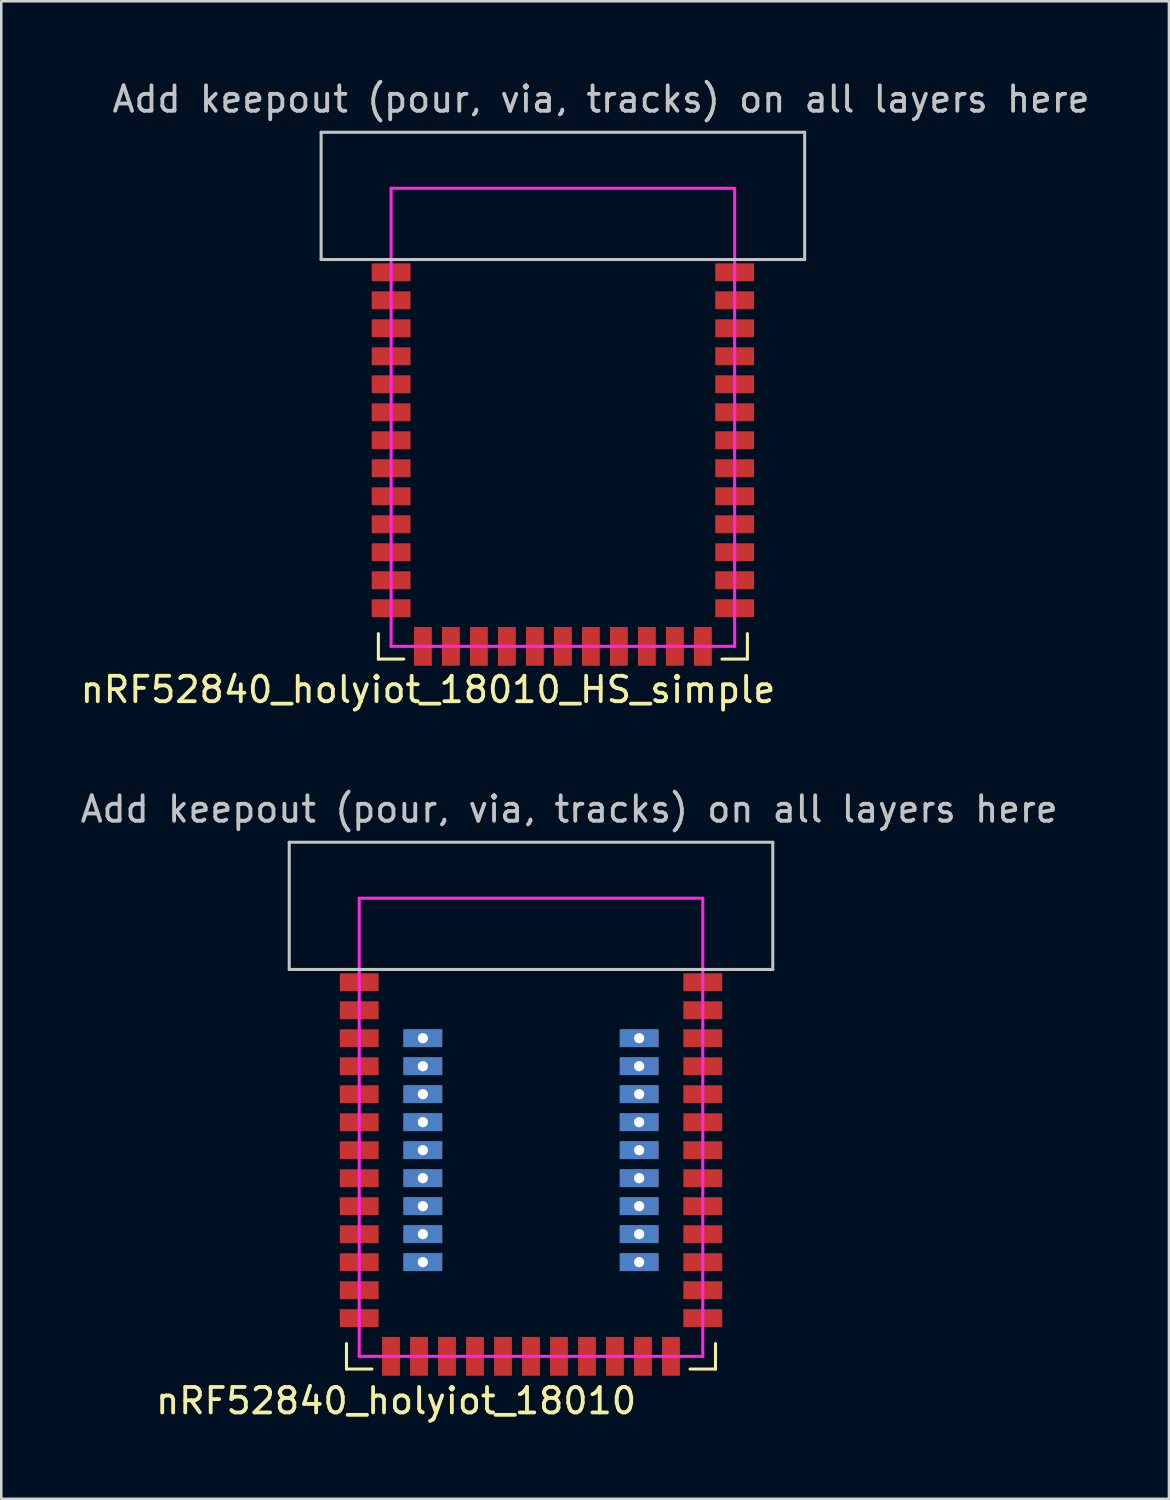
<source format=kicad_pcb>
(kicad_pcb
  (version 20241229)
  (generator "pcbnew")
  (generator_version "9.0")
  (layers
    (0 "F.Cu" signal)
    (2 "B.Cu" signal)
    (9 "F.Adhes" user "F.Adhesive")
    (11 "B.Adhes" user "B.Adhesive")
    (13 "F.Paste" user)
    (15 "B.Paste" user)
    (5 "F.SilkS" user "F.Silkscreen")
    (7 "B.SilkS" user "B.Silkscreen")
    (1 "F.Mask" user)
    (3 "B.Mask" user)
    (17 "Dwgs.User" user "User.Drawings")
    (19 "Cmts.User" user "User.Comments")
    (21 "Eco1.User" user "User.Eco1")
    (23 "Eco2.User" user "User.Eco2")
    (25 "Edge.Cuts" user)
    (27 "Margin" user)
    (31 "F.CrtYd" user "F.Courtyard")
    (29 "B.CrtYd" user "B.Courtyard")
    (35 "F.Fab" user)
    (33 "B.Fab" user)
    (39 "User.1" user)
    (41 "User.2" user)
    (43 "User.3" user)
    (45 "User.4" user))
  (footprint "nRF52840_holyiot_18010_HS_simple"
    (layer "F.Cu")
    (at 19.068 13.348)
    (property "Reference" "nRF52840_holyiot_18010_HS_simple" (at -5.3 10.7 0) (layer "F.SilkS") (effects (font (size 1 1) (thickness 0.15))))
    (attr through_hole)
    (fp_line (start -7.25 8.5) (end -7.25 9.5) (stroke (width 0.12) (type solid)) (layer "F.SilkS"))
    (fp_line (start -6.25 9.5) (end -7.25 9.5) (stroke (width 0.12) (type solid)) (layer "F.SilkS"))
    (fp_line (start 6.25 9.5) (end 7.25 9.5) (stroke (width 0.12) (type solid)) (layer "F.SilkS"))
    (fp_line (start 7.25 8.5) (end 7.25 9.5) (stroke (width 0.12) (type solid)) (layer "F.SilkS"))
    (fp_line (start -9.5 -11.2) (end 9.5 -11.2) (stroke (width 0.12) (type solid)) (layer "Dwgs.User"))
    (fp_line (start -9.5 -6.2) (end -9.5 -11.2) (stroke (width 0.12) (type solid)) (layer "Dwgs.User"))
    (fp_line (start 9.5 -11.2) (end 9.5 -6.2) (stroke (width 0.12) (type solid)) (layer "Dwgs.User"))
    (fp_line (start 9.5 -6.2) (end -9.5 -6.2) (stroke (width 0.12) (type solid)) (layer "Dwgs.User"))
    (fp_line (start -6.75 -9) (end 6.75 -9) (stroke (width 0.12) (type solid)) (layer "F.CrtYd"))
    (fp_line (start -6.75 9) (end -6.75 -9) (stroke (width 0.12) (type solid)) (layer "F.CrtYd"))
    (fp_line (start 6.75 -9) (end 6.75 9) (stroke (width 0.12) (type solid)) (layer "F.CrtYd"))
    (fp_line (start 6.75 9) (end -6.75 9) (stroke (width 0.12) (type solid)) (layer "F.CrtYd"))
    (fp_text user "Add keepout (pour, via, tracks) on all layers here" (at 1.5 -12.5 0) (layer "Dwgs.User") (effects (font (size 1 1) (thickness 0.15))))
    (pad "1" smd rect (at -6.75 -5.7) (size 1.524 0.7) (layers "F.Cu" "F.Mask" "F.Paste"))
    (pad "2" smd rect (at -6.75 -4.6) (size 1.524 0.7) (layers "F.Cu" "F.Mask" "F.Paste"))
    (pad "3" smd rect (at -6.75 -3.5) (size 1.524 0.7) (layers "F.Cu" "F.Mask" "F.Paste"))
    (pad "4" smd rect (at -6.75 -2.4) (size 1.524 0.7) (layers "F.Cu" "F.Mask" "F.Paste"))
    (pad "5" smd rect (at -6.75 -1.3) (size 1.524 0.7) (layers "F.Cu" "F.Mask" "F.Paste"))
    (pad "6" smd rect (at -6.75 -0.2) (size 1.524 0.7) (layers "F.Cu" "F.Mask" "F.Paste"))
    (pad "7" smd rect (at -6.75 0.9) (size 1.524 0.7) (layers "F.Cu" "F.Mask" "F.Paste"))
    (pad "8" smd rect (at -6.75 2) (size 1.524 0.7) (layers "F.Cu" "F.Mask" "F.Paste"))
    (pad "9" smd rect (at -6.75 3.1) (size 1.524 0.7) (layers "F.Cu" "F.Mask" "F.Paste"))
    (pad "10" smd rect (at -6.75 4.2) (size 1.524 0.7) (layers "F.Cu" "F.Mask" "F.Paste"))
    (pad "11" smd rect (at -6.75 5.3) (size 1.524 0.7) (layers "F.Cu" "F.Mask" "F.Paste"))
    (pad "12" smd rect (at -6.75 6.4) (size 1.524 0.7) (layers "F.Cu" "F.Mask" "F.Paste"))
    (pad "13" smd rect (at -6.75 7.5) (size 1.524 0.7) (layers "F.Cu" "F.Mask" "F.Paste"))
    (pad "14" smd rect (at -5.5 9 90) (size 1.524 0.7) (layers "F.Cu" "F.Mask" "F.Paste"))
    (pad "15" smd rect (at -4.4 9 90) (size 1.524 0.7) (layers "F.Cu" "F.Mask" "F.Paste"))
    (pad "16" smd rect (at -3.3 9 90) (size 1.524 0.7) (layers "F.Cu" "F.Mask" "F.Paste"))
    (pad "17" smd rect (at -2.2 9 90) (size 1.524 0.7) (layers "F.Cu" "F.Mask" "F.Paste"))
    (pad "18" smd rect (at -1.1 9 90) (size 1.524 0.7) (layers "F.Cu" "F.Mask" "F.Paste"))
    (pad "19" smd rect (at 0 9 90) (size 1.524 0.7) (layers "F.Cu" "F.Mask" "F.Paste"))
    (pad "20" smd rect (at 1.1 9 90) (size 1.524 0.7) (layers "F.Cu" "F.Mask" "F.Paste"))
    (pad "21" smd rect (at 2.2 9 90) (size 1.524 0.7) (layers "F.Cu" "F.Mask" "F.Paste"))
    (pad "22" smd rect (at 3.3 9 90) (size 1.524 0.7) (layers "F.Cu" "F.Mask" "F.Paste"))
    (pad "23" smd rect (at 4.4 9 90) (size 1.524 0.7) (layers "F.Cu" "F.Mask" "F.Paste"))
    (pad "24" smd rect (at 5.5 9 90) (size 1.524 0.7) (layers "F.Cu" "F.Mask" "F.Paste"))
    (pad "25" smd rect (at 6.75 7.5 180) (size 1.524 0.7) (layers "F.Cu" "F.Mask" "F.Paste"))
    (pad "26" smd rect (at 6.75 6.4 180) (size 1.524 0.7) (layers "F.Cu" "F.Mask" "F.Paste"))
    (pad "27" smd rect (at 6.75 5.3 180) (size 1.524 0.7) (layers "F.Cu" "F.Mask" "F.Paste"))
    (pad "28" smd rect (at 6.75 4.2 180) (size 1.524 0.7) (layers "F.Cu" "F.Mask" "F.Paste"))
    (pad "29" smd rect (at 6.75 3.1 180) (size 1.524 0.7) (layers "F.Cu" "F.Mask" "F.Paste"))
    (pad "30" smd rect (at 6.75 2 180) (size 1.524 0.7) (layers "F.Cu" "F.Mask" "F.Paste"))
    (pad "31" smd rect (at 6.75 0.9 180) (size 1.524 0.7) (layers "F.Cu" "F.Mask" "F.Paste"))
    (pad "32" smd rect (at 6.75 -0.2 180) (size 1.524 0.7) (layers "F.Cu" "F.Mask" "F.Paste"))
    (pad "33" smd rect (at 6.75 -1.3 180) (size 1.524 0.7) (layers "F.Cu" "F.Mask" "F.Paste"))
    (pad "34" smd rect (at 6.75 -2.4 180) (size 1.524 0.7) (layers "F.Cu" "F.Mask" "F.Paste"))
    (pad "35" smd rect (at 6.75 -3.5 180) (size 1.524 0.7) (layers "F.Cu" "F.Mask" "F.Paste"))
    (pad "36" smd rect (at 6.75 -4.6 180) (size 1.524 0.7) (layers "F.Cu" "F.Mask" "F.Paste"))
    (pad "37" smd rect (at 6.75 -5.7 180) (size 1.524 0.7) (layers "F.Cu" "F.Mask" "F.Paste")))
  (footprint "nRF52840_holyiot_18010"
    (layer "F.Cu")
    (at 17.815 41.245)
    (property "Reference" "nRF52840_holyiot_18010" (at -5.3 10.75 0) (layer "F.SilkS") (effects (font (size 1 1) (thickness 0.15))))
    (attr through_hole)
    (fp_line (start -7.25 8.5) (end -7.25 9.5) (stroke (width 0.12) (type solid)) (layer "F.SilkS"))
    (fp_line (start -6.25 9.5) (end -7.25 9.5) (stroke (width 0.12) (type solid)) (layer "F.SilkS"))
    (fp_line (start 6.25 9.5) (end 7.25 9.5) (stroke (width 0.12) (type solid)) (layer "F.SilkS"))
    (fp_line (start 7.25 8.5) (end 7.25 9.5) (stroke (width 0.12) (type solid)) (layer "F.SilkS"))
    (fp_line (start -9.5 -11.2) (end 9.5 -11.2) (stroke (width 0.12) (type solid)) (layer "Dwgs.User"))
    (fp_line (start -9.5 -6.2) (end -9.5 -11.2) (stroke (width 0.12) (type solid)) (layer "Dwgs.User"))
    (fp_line (start 9.5 -11.2) (end 9.5 -6.2) (stroke (width 0.12) (type solid)) (layer "Dwgs.User"))
    (fp_line (start 9.5 -6.2) (end -9.5 -6.2) (stroke (width 0.12) (type solid)) (layer "Dwgs.User"))
    (fp_line (start -6.75 -9) (end 6.75 -9) (stroke (width 0.12) (type solid)) (layer "F.CrtYd"))
    (fp_line (start -6.75 9) (end -6.75 -9) (stroke (width 0.12) (type solid)) (layer "F.CrtYd"))
    (fp_line (start 6.75 -9) (end 6.75 9) (stroke (width 0.12) (type solid)) (layer "F.CrtYd"))
    (fp_line (start 6.75 9) (end -6.75 9) (stroke (width 0.12) (type solid)) (layer "F.CrtYd"))
    (fp_text user "Add keepout (pour, via, tracks) on all layers here" (at 1.5 -12.5 0) (layer "Dwgs.User") (effects (font (size 1 1) (thickness 0.15))))
    (pad "1" smd rect (at -6.75 -5.7) (size 1.524 0.7) (layers "F.Cu" "F.Mask" "F.Paste"))
    (pad "2" smd rect (at -6.75 -4.6) (size 1.524 0.7) (layers "F.Cu" "F.Mask" "F.Paste"))
    (pad "3" smd rect (at -6.75 -3.5) (size 1.524 0.7) (layers "F.Cu" "F.Mask" "F.Paste"))
    (pad "4" smd rect (at -6.75 -2.4) (size 1.524 0.7) (layers "F.Cu" "F.Mask" "F.Paste"))
    (pad "5" smd rect (at -6.75 -1.3) (size 1.524 0.7) (layers "F.Cu" "F.Mask" "F.Paste"))
    (pad "6" smd rect (at -6.75 -0.2) (size 1.524 0.7) (layers "F.Cu" "F.Mask" "F.Paste"))
    (pad "7" smd rect (at -6.75 0.9) (size 1.524 0.7) (layers "F.Cu" "F.Mask" "F.Paste"))
    (pad "8" smd rect (at -6.75 2) (size 1.524 0.7) (layers "F.Cu" "F.Mask" "F.Paste"))
    (pad "9" smd rect (at -6.75 3.1) (size 1.524 0.7) (layers "F.Cu" "F.Mask" "F.Paste"))
    (pad "10" smd rect (at -6.75 4.2) (size 1.524 0.7) (layers "F.Cu" "F.Mask" "F.Paste"))
    (pad "11" smd rect (at -6.75 5.3) (size 1.524 0.7) (layers "F.Cu" "F.Mask" "F.Paste"))
    (pad "12" smd rect (at -6.75 6.4) (size 1.524 0.7) (layers "F.Cu" "F.Mask" "F.Paste"))
    (pad "13" smd rect (at -6.75 7.5) (size 1.524 0.7) (layers "F.Cu" "F.Mask" "F.Paste"))
    (pad "14" smd rect (at -5.5 9 90) (size 1.524 0.7) (layers "F.Cu" "F.Mask" "F.Paste"))
    (pad "15" smd rect (at -4.4 9 90) (size 1.524 0.7) (layers "F.Cu" "F.Mask" "F.Paste"))
    (pad "16" smd rect (at -3.3 9 90) (size 1.524 0.7) (layers "F.Cu" "F.Mask" "F.Paste"))
    (pad "17" smd rect (at -2.2 9 90) (size 1.524 0.7) (layers "F.Cu" "F.Mask" "F.Paste"))
    (pad "18" smd rect (at -1.1 9 90) (size 1.524 0.7) (layers "F.Cu" "F.Mask" "F.Paste"))
    (pad "19" smd rect (at 0 9 90) (size 1.524 0.7) (layers "F.Cu" "F.Mask" "F.Paste"))
    (pad "20" smd rect (at 1.1 9 90) (size 1.524 0.7) (layers "F.Cu" "F.Mask" "F.Paste"))
    (pad "21" smd rect (at 2.2 9 90) (size 1.524 0.7) (layers "F.Cu" "F.Mask" "F.Paste"))
    (pad "22" smd rect (at 3.3 9 90) (size 1.524 0.7) (layers "F.Cu" "F.Mask" "F.Paste"))
    (pad "23" smd rect (at 4.4 9 90) (size 1.524 0.7) (layers "F.Cu" "F.Mask" "F.Paste"))
    (pad "24" smd rect (at 5.5 9 90) (size 1.524 0.7) (layers "F.Cu" "F.Mask" "F.Paste"))
    (pad "25" smd rect (at 6.75 7.5 180) (size 1.524 0.7) (layers "F.Cu" "F.Mask" "F.Paste"))
    (pad "26" smd rect (at 6.75 6.4 180) (size 1.524 0.7) (layers "F.Cu" "F.Mask" "F.Paste"))
    (pad "27" smd rect (at 6.75 5.3 180) (size 1.524 0.7) (layers "F.Cu" "F.Mask" "F.Paste"))
    (pad "28" smd rect (at 6.75 4.2 180) (size 1.524 0.7) (layers "F.Cu" "F.Mask" "F.Paste"))
    (pad "29" smd rect (at 6.75 3.1 180) (size 1.524 0.7) (layers "F.Cu" "F.Mask" "F.Paste"))
    (pad "30" smd rect (at 6.75 2 180) (size 1.524 0.7) (layers "F.Cu" "F.Mask" "F.Paste"))
    (pad "31" smd rect (at 6.75 0.9 180) (size 1.524 0.7) (layers "F.Cu" "F.Mask" "F.Paste"))
    (pad "32" smd rect (at 6.75 -0.2 180) (size 1.524 0.7) (layers "F.Cu" "F.Mask" "F.Paste"))
    (pad "33" smd rect (at 6.75 -1.3 180) (size 1.524 0.7) (layers "F.Cu" "F.Mask" "F.Paste"))
    (pad "34" smd rect (at 6.75 -2.4 180) (size 1.524 0.7) (layers "F.Cu" "F.Mask" "F.Paste"))
    (pad "35" smd rect (at 6.75 -3.5 180) (size 1.524 0.7) (layers "F.Cu" "F.Mask" "F.Paste"))
    (pad "36" smd rect (at 6.75 -4.6 180) (size 1.524 0.7) (layers "F.Cu" "F.Mask" "F.Paste"))
    (pad "37" smd rect (at 6.75 -5.7 180) (size 1.524 0.7) (layers "F.Cu" "F.Mask" "F.Paste"))
    (pad "38" thru_hole rect (at -4.25 -3.5 180) (size 1.524 0.7) (drill 0.4) (layers "*.Cu" "*.Mask"))
    (pad "39" thru_hole rect (at -4.25 -2.4 180) (size 1.524 0.7) (drill 0.4) (layers "*.Cu" "*.Mask"))
    (pad "40" thru_hole rect (at -4.25 -1.3 180) (size 1.524 0.7) (drill 0.4) (layers "*.Cu" "*.Mask"))
    (pad "41" thru_hole rect (at -4.25 -0.2 180) (size 1.524 0.7) (drill 0.4) (layers "*.Cu" "*.Mask"))
    (pad "42" thru_hole rect (at -4.25 0.9 180) (size 1.524 0.7) (drill 0.4) (layers "*.Cu" "*.Mask"))
    (pad "43" thru_hole rect (at -4.25 2 180) (size 1.524 0.7) (drill 0.4) (layers "*.Cu" "*.Mask"))
    (pad "44" thru_hole rect (at -4.25 3.1 180) (size 1.524 0.7) (drill 0.4) (layers "*.Cu" "*.Mask"))
    (pad "45" thru_hole rect (at -4.25 4.2 180) (size 1.524 0.7) (drill 0.4) (layers "*.Cu" "*.Mask"))
    (pad "46" thru_hole rect (at -4.25 5.3 180) (size 1.524 0.7) (drill 0.4) (layers "*.Cu" "*.Mask"))
    (pad "47" thru_hole rect (at 4.25 -3.5 180) (size 1.524 0.7) (drill 0.4) (layers "*.Cu" "*.Mask"))
    (pad "48" thru_hole rect (at 4.25 -2.4 180) (size 1.524 0.7) (drill 0.4) (layers "*.Cu" "*.Mask"))
    (pad "49" thru_hole rect (at 4.25 -1.3 180) (size 1.524 0.7) (drill 0.4) (layers "*.Cu" "*.Mask"))
    (pad "50" thru_hole rect (at 4.25 -0.2 180) (size 1.524 0.7) (drill 0.4) (layers "*.Cu" "*.Mask"))
    (pad "51" thru_hole rect (at 4.25 0.9 180) (size 1.524 0.7) (drill 0.4) (layers "*.Cu" "*.Mask"))
    (pad "52" thru_hole rect (at 4.25 2 180) (size 1.524 0.7) (drill 0.4) (layers "*.Cu" "*.Mask"))
    (pad "53" thru_hole rect (at 4.25 3.1 180) (size 1.524 0.7) (drill 0.4) (layers "*.Cu" "*.Mask"))
    (pad "54" thru_hole rect (at 4.25 4.2 180) (size 1.524 0.7) (drill 0.4) (layers "*.Cu" "*.Mask"))
    (pad "55" thru_hole rect (at 4.25 5.3 180) (size 1.524 0.7) (drill 0.4) (layers "*.Cu" "*.Mask")))
  (gr_rect
    (start -3 -3)
    (end 42.883 55.843)
    (stroke (width 0.1) (type default))
    (fill no)
    (layer "Edge.Cuts")))
</source>
